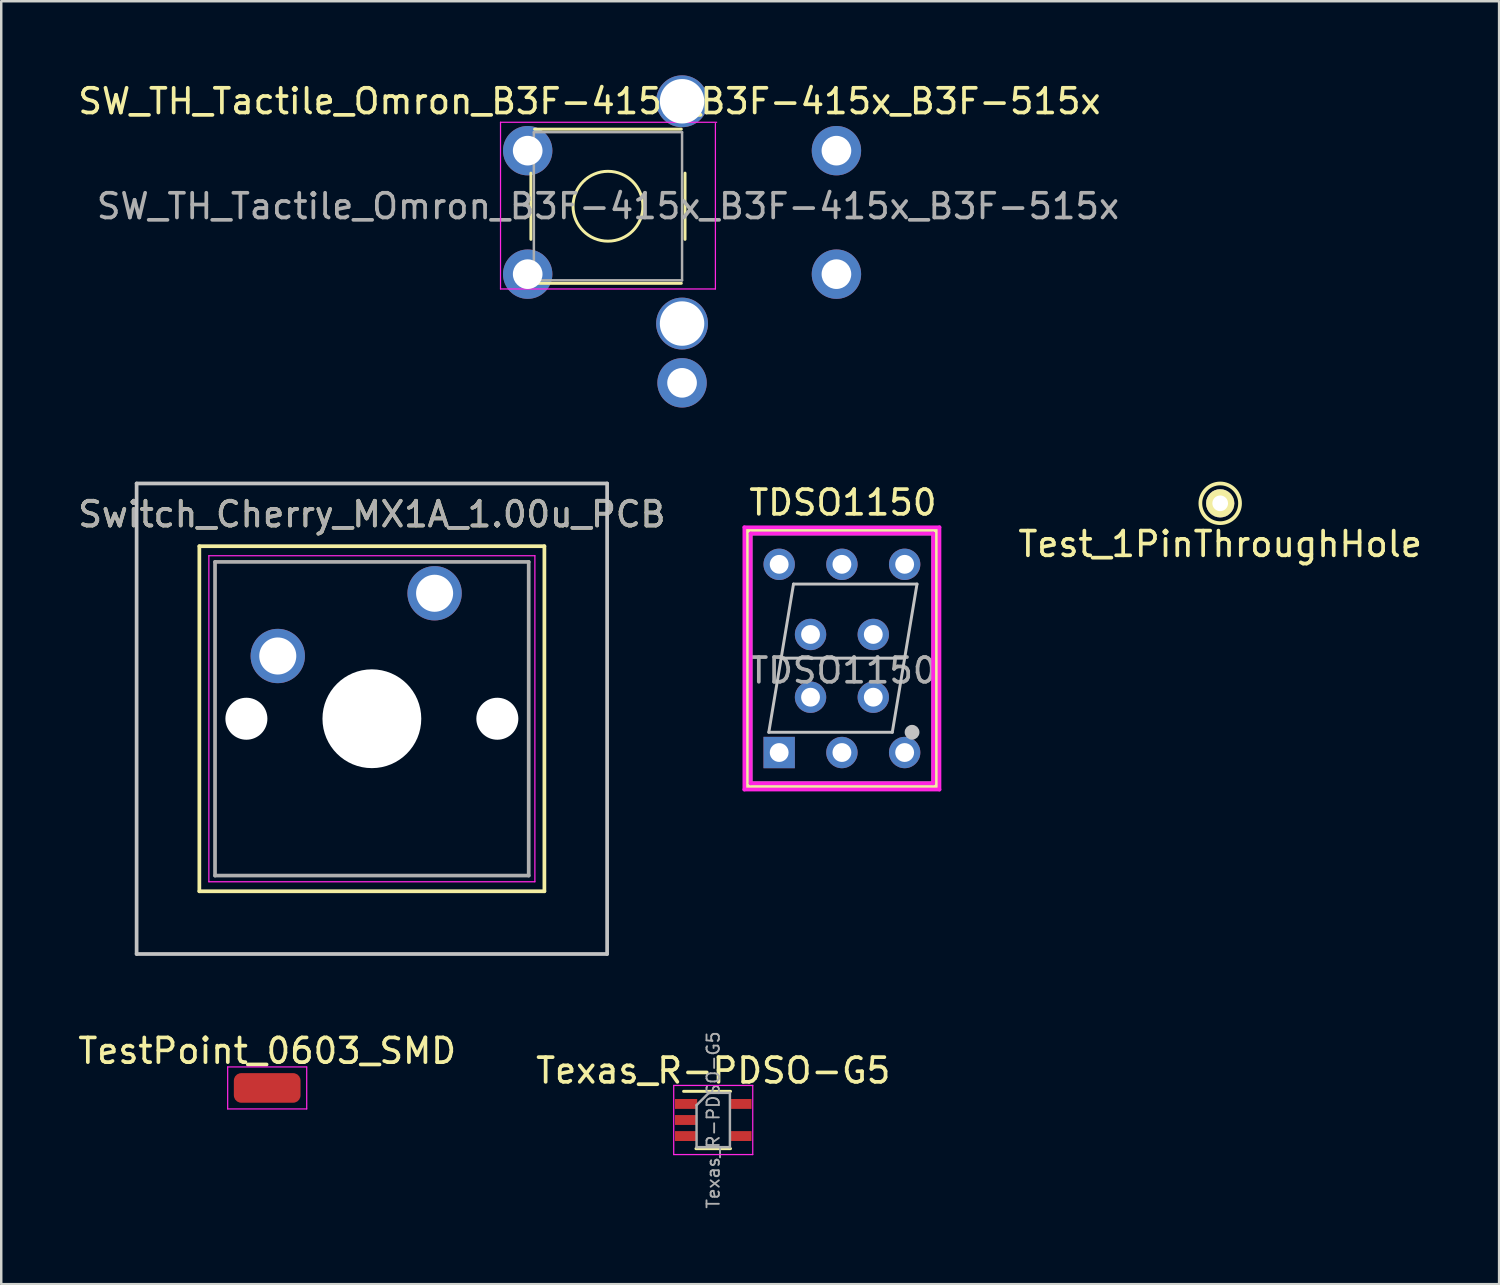
<source format=kicad_pcb>
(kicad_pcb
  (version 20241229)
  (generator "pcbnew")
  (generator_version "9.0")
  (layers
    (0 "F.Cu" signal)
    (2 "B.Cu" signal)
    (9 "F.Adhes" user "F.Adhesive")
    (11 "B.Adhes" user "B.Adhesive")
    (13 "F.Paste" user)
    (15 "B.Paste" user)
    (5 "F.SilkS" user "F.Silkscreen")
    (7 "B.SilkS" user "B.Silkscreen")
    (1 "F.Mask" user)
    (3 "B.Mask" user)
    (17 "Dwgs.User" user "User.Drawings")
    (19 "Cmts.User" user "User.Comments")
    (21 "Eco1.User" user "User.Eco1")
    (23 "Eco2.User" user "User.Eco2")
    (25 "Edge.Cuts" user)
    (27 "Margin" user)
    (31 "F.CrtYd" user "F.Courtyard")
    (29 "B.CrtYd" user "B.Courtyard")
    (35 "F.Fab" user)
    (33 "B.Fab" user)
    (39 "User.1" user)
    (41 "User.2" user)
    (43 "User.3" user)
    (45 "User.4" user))
  (footprint "SW_TH_Tactile_Omron_B3F-415x_B3F-415x_B3F-515x"
    (layer "F.Cu")
    (at 18.315 3.05)
    (property "Reference" "SW_TH_Tactile_Omron_B3F-415x_B3F-415x_B3F-515x" (at 2.5 -2 0) (layer "F.SilkS") (effects (font (size 1 1) (thickness 0.15))))
    (attr through_hole)
    (fp_line (start 0.13 3.59) (end 0.13 0.91) (stroke (width 0.12) (type solid)) (layer "F.SilkS"))
    (fp_line (start 0.28 -0.87) (end 6.22 -0.87) (stroke (width 0.12) (type solid)) (layer "F.SilkS"))
    (fp_line (start 0.28 5.37) (end 6.22 5.37) (stroke (width 0.12) (type solid)) (layer "F.SilkS"))
    (fp_line (start 6.37 0.91) (end 6.37 3.59) (stroke (width 0.12) (type solid)) (layer "F.SilkS"))
    (fp_circle (center 3.25 2.25) (end 4.25 3.25) (stroke (width 0.12) (type solid)) (fill no) (layer "F.SilkS"))
    (fp_line (start -1.1 -1.15) (end -1.1 5.6) (stroke (width 0.05) (type solid)) (layer "F.CrtYd"))
    (fp_line (start -1.1 5.6) (end 7.6 5.6) (stroke (width 0.05) (type solid)) (layer "F.CrtYd"))
    (fp_line (start 7.6 5.6) (end 7.6 -1.1) (stroke (width 0.05) (type solid)) (layer "F.CrtYd"))
    (fp_line (start 7.65 -1.15) (end -1.1 -1.15) (stroke (width 0.05) (type solid)) (layer "F.CrtYd"))
    (fp_line (start 0.25 -0.75) (end 0.25 5.25) (stroke (width 0.1) (type solid)) (layer "F.Fab"))
    (fp_line (start 0.25 -0.75) (end 6.25 -0.75) (stroke (width 0.1) (type solid)) (layer "F.Fab"))
    (fp_line (start 0.25 5.25) (end 6.25 5.25) (stroke (width 0.1) (type solid)) (layer "F.Fab"))
    (fp_line (start 6.25 -0.75) (end 6.25 5.25) (stroke (width 0.1) (type solid)) (layer "F.Fab"))
    (fp_text user "${REFERENCE}" (at 3.25 2.25 0) (layer "F.Fab") (effects (font (size 1 1) (thickness 0.15))))
    (pad "" np_thru_hole circle (at 6.25 -2) (size 2.1 2.1) (drill 1.8) (layers "*.Cu" "*.Mask"))
    (pad "" np_thru_hole circle (at 6.25 7) (size 2.1 2.1) (drill 1.8) (layers "*.Cu" "*.Mask"))
    (pad "1" thru_hole circle (at 0 0) (size 2 2) (drill 1.2) (layers "*.Cu" "*.Mask"))
    (pad "2" thru_hole circle (at 12.5 0) (size 2 2) (drill 1.2) (layers "*.Cu" "*.Mask"))
    (pad "3" thru_hole circle (at 0 5) (size 2 2) (drill 1.2) (layers "*.Cu" "*.Mask"))
    (pad "4" thru_hole circle (at 12.5 5) (size 2 2) (drill 1.2) (layers "*.Cu" "*.Mask"))
    (pad "5" thru_hole circle (at 6.25 9.4) (size 2 2) (drill 1.2) (layers "*.Cu" "*.Mask")))
  (footprint "TDSO1150"
    (layer "F.Cu")
    (at 33.577 19.798)
    (property "Reference" "TDSO1150" (at -2.5 -2.5 0) (layer "F.SilkS") (effects (font (size 1 1) (thickness 0.15))))
    (attr through_hole)
    (fp_line (start -6.363 -1.372) (end -6.363 8.992) (stroke (width 0.15) (type solid)) (layer "F.SilkS"))
    (fp_line (start -6.363 8.992) (end 1.283 8.992) (stroke (width 0.15) (type solid)) (layer "F.SilkS"))
    (fp_line (start 1.283 -1.372) (end -6.363 -1.372) (stroke (width 0.15) (type solid)) (layer "F.SilkS"))
    (fp_line (start 1.283 8.992) (end 1.283 -1.372) (stroke (width 0.15) (type solid)) (layer "F.SilkS"))
    (fp_line (start -5.5 6.8) (end -4.5 0.8) (stroke (width 0.12) (type solid)) (layer "Dwgs.User"))
    (fp_line (start -5 3.8) (end 0 3.8) (stroke (width 0.12) (type solid)) (layer "Dwgs.User"))
    (fp_line (start -4.5 0.8) (end 0.5 0.8) (stroke (width 0.12) (type solid)) (layer "Dwgs.User"))
    (fp_line (start -0.5 6.8) (end -5.5 6.8) (stroke (width 0.12) (type solid)) (layer "Dwgs.User"))
    (fp_line (start 0.5 0.8) (end -0.5 6.8) (stroke (width 0.12) (type solid)) (layer "Dwgs.User"))
    (fp_circle (center 0.3 6.8) (end 0.3 6.8) (stroke (width 0.3) (type solid)) (fill no) (layer "Dwgs.User"))
    (fp_line (start -6.49 -1.499) (end -6.49 9.119) (stroke (width 0.15) (type solid)) (layer "F.CrtYd"))
    (fp_line (start -6.49 9.119) (end 1.41 9.119) (stroke (width 0.15) (type solid)) (layer "F.CrtYd"))
    (fp_line (start -6.236 -1.245) (end 1.156 -1.245) (stroke (width 0.152) (type solid)) (layer "F.CrtYd"))
    (fp_line (start -6.236 8.865) (end -6.236 -1.245) (stroke (width 0.152) (type solid)) (layer "F.CrtYd"))
    (fp_line (start 1.156 -1.245) (end 1.156 8.865) (stroke (width 0.152) (type solid)) (layer "F.CrtYd"))
    (fp_line (start 1.156 8.865) (end -6.236 8.865) (stroke (width 0.152) (type solid)) (layer "F.CrtYd"))
    (fp_line (start 1.41 -1.499) (end -6.49 -1.499) (stroke (width 0.15) (type solid)) (layer "F.CrtYd"))
    (fp_line (start 1.41 9.119) (end 1.41 -1.499) (stroke (width 0.15) (type solid)) (layer "F.CrtYd"))
    (fp_line (start -6.236 -1.245) (end -6.236 8.865) (stroke (width 0.15) (type solid)) (layer "F.Fab"))
    (fp_line (start -6.236 8.865) (end 1.156 8.865) (stroke (width 0.15) (type solid)) (layer "F.Fab"))
    (fp_line (start 1.156 -1.245) (end -6.236 -1.245) (stroke (width 0.15) (type solid)) (layer "F.Fab"))
    (fp_line (start 1.156 8.865) (end 1.156 -1.245) (stroke (width 0.15) (type solid)) (layer "F.Fab"))
    (fp_text user "${REFERENCE}" (at -2.5 4.3 0) (layer "F.Fab") (effects (font (size 1 1) (thickness 0.15))))
    (pad "1" thru_hole rect (at -5.08 7.62) (size 1.27 1.27) (drill 0.762) (layers "*.Cu" "*.Mask"))
    (pad "2" thru_hole circle (at -3.81 5.38) (size 1.27 1.27) (drill 0.762) (layers "*.Cu" "*.Mask"))
    (pad "3" thru_hole circle (at -2.54 7.62) (size 1.27 1.27) (drill 0.762) (layers "*.Cu" "*.Mask"))
    (pad "4" thru_hole circle (at -1.27 5.38) (size 1.27 1.27) (drill 0.762) (layers "*.Cu" "*.Mask"))
    (pad "5" thru_hole circle (at 0 7.62) (size 1.27 1.27) (drill 0.762) (layers "*.Cu" "*.Mask"))
    (pad "6" thru_hole circle (at 0 0) (size 1.27 1.27) (drill 0.762) (layers "*.Cu" "*.Mask"))
    (pad "7" thru_hole circle (at -1.27 2.84) (size 1.27 1.27) (drill 0.762) (layers "*.Cu" "*.Mask"))
    (pad "8" thru_hole circle (at -2.54 0) (size 1.27 1.27) (drill 0.762) (layers "*.Cu" "*.Mask"))
    (pad "9" thru_hole circle (at -3.81 2.84) (size 1.27 1.27) (drill 0.762) (layers "*.Cu" "*.Mask"))
    (pad "10" thru_hole circle (at -5.08 0) (size 1.27 1.27) (drill 0.762) (layers "*.Cu" "*.Mask")))
  (footprint "TestPoint_0603_SMD"
    (layer "F.Cu")
    (at 7.768 40.998)
    (property "Reference" "TestPoint_0603_SMD" (at 0 -1.5 0) (layer "F.SilkS") (effects (font (size 1 1) (thickness 0.15))))
    (attr smd)
    (fp_line (start -1.6 -0.85) (end 1.6 -0.85) (stroke (width 0.05) (type solid)) (layer "F.CrtYd"))
    (fp_line (start -1.6 0.85) (end -1.6 -0.85) (stroke (width 0.05) (type solid)) (layer "F.CrtYd"))
    (fp_line (start 1.6 -0.85) (end 1.6 0.85) (stroke (width 0.05) (type solid)) (layer "F.CrtYd"))
    (fp_line (start 1.6 0.85) (end -1.6 0.85) (stroke (width 0.05) (type solid)) (layer "F.CrtYd"))
    (pad "1" smd roundrect (at 0 0) (size 2.7 1.2) (layers "F.Cu" "F.Mask" "F.Paste") (roundrect_rratio 0.25)))
  (footprint "Texas_R-PDSO-G5"
    (layer "F.Cu")
    (at 25.827 42.296)
    (property "Reference" "Texas_R-PDSO-G5" (at 0 -2 0) (layer "F.SilkS") (effects (font (size 1 1) (thickness 0.15))))
    (attr smd)
    (fp_line (start -0.7 1.16) (end 0.7 1.16) (stroke (width 0.12) (type solid)) (layer "F.SilkS"))
    (fp_line (start 0.7 -1.16) (end -1.2 -1.16) (stroke (width 0.12) (type solid)) (layer "F.SilkS"))
    (fp_line (start -1.6 -1.4) (end -1.6 1.4) (stroke (width 0.05) (type solid)) (layer "F.CrtYd"))
    (fp_line (start -1.6 -1.4) (end 1.6 -1.4) (stroke (width 0.05) (type solid)) (layer "F.CrtYd"))
    (fp_line (start -1.6 1.4) (end 1.6 1.4) (stroke (width 0.05) (type solid)) (layer "F.CrtYd"))
    (fp_line (start 1.6 1.4) (end 1.6 -1.4) (stroke (width 0.05) (type solid)) (layer "F.CrtYd"))
    (fp_line (start -0.675 -0.6) (end -0.675 1.1) (stroke (width 0.1) (type solid)) (layer "F.Fab"))
    (fp_line (start -0.175 -1.1) (end -0.675 -0.6) (stroke (width 0.1) (type solid)) (layer "F.Fab"))
    (fp_line (start 0.675 -1.1) (end -0.175 -1.1) (stroke (width 0.1) (type solid)) (layer "F.Fab"))
    (fp_line (start 0.675 -1.1) (end 0.675 1.1) (stroke (width 0.1) (type solid)) (layer "F.Fab"))
    (fp_line (start 0.675 1.1) (end -0.675 1.1) (stroke (width 0.1) (type solid)) (layer "F.Fab"))
    (fp_text user "${REFERENCE}" (at 0 0 90) (layer "F.Fab") (effects (font (size 0.5 0.5) (thickness 0.075))))
    (pad "1" smd rect (at -1.1 -0.65) (size 0.9 0.4) (layers "F.Cu" "F.Mask" "F.Paste"))
    (pad "2" smd rect (at -1.1 0) (size 0.9 0.4) (layers "F.Cu" "F.Mask" "F.Paste"))
    (pad "3" smd rect (at -1.1 0.65) (size 0.9 0.4) (layers "F.Cu" "F.Mask" "F.Paste"))
    (pad "4" smd rect (at 1.1 0.65) (size 0.9 0.4) (layers "F.Cu" "F.Mask" "F.Paste"))
    (pad "5" smd rect (at 1.1 -0.65) (size 0.9 0.4) (layers "F.Cu" "F.Mask" "F.Paste")))
  (footprint "Test_1PinThroughHole"
    (layer "F.Cu")
    (at 46.353 17.328)
    (property "Reference" "Test_1PinThroughHole" (at 0 1.65 0) (layer "F.SilkS") (effects (font (size 1 1) (thickness 0.15))))
    (attr through_hole)
    (fp_circle (center 0 0) (end -0.254 -0.762) (stroke (width 0.15) (type solid)) (fill no) (layer "F.SilkS"))
    (pad "1" thru_hole circle (at 0 0) (size 1.143 1.143) (drill 0.635) (layers "*.Cu" "*.Mask" "F.SilkS")))
  (footprint "Switch_Cherry_MX1A_1.00u_PCB"
    (layer "F.Cu")
    (at 14.546 20.97)
    (property "Reference" "Switch_Cherry_MX1A_1.00u_PCB" (at -2.54 -3.2 0) (layer "F.SilkS") (effects (font (size 1 1) (thickness 0.15))))
    (attr through_hole)
    (fp_line (start -9.525 -1.905) (end 4.445 -1.905) (stroke (width 0.15) (type solid)) (layer "F.SilkS"))
    (fp_line (start -9.525 12.065) (end -9.525 -1.905) (stroke (width 0.15) (type solid)) (layer "F.SilkS"))
    (fp_line (start 4.445 -1.905) (end 4.445 12.065) (stroke (width 0.15) (type solid)) (layer "F.SilkS"))
    (fp_line (start 4.445 12.065) (end -9.525 12.065) (stroke (width 0.15) (type solid)) (layer "F.SilkS"))
    (fp_line (start -12.065 -4.445) (end 6.985 -4.445) (stroke (width 0.15) (type solid)) (layer "Dwgs.User"))
    (fp_line (start -12.065 14.605) (end -12.065 -4.445) (stroke (width 0.15) (type solid)) (layer "Dwgs.User"))
    (fp_line (start 6.985 -4.445) (end 6.985 14.605) (stroke (width 0.15) (type solid)) (layer "Dwgs.User"))
    (fp_line (start 6.985 14.605) (end -12.065 14.605) (stroke (width 0.15) (type solid)) (layer "Dwgs.User"))
    (fp_line (start -9.14 -1.52) (end 4.06 -1.52) (stroke (width 0.05) (type solid)) (layer "F.CrtYd"))
    (fp_line (start -9.14 11.68) (end -9.14 -1.52) (stroke (width 0.05) (type solid)) (layer "F.CrtYd"))
    (fp_line (start 4.06 -1.52) (end 4.06 11.68) (stroke (width 0.05) (type solid)) (layer "F.CrtYd"))
    (fp_line (start 4.06 11.68) (end -9.14 11.68) (stroke (width 0.05) (type solid)) (layer "F.CrtYd"))
    (fp_line (start -8.89 -1.27) (end 3.81 -1.27) (stroke (width 0.15) (type solid)) (layer "F.Fab"))
    (fp_line (start -8.89 11.43) (end -8.89 -1.27) (stroke (width 0.15) (type solid)) (layer "F.Fab"))
    (fp_line (start 3.81 -1.27) (end 3.81 11.43) (stroke (width 0.15) (type solid)) (layer "F.Fab"))
    (fp_line (start 3.81 11.43) (end -8.89 11.43) (stroke (width 0.15) (type solid)) (layer "F.Fab"))
    (fp_text user "${REFERENCE}" (at -2.54 -3.2 0) (layer "F.Fab") (effects (font (size 1 1) (thickness 0.15))))
    (pad "" np_thru_hole circle (at -7.62 5.08) (size 1.7 1.7) (drill 1.7) (layers "*.Cu" "*.Mask"))
    (pad "" np_thru_hole circle (at -2.54 5.08) (size 4 4) (drill 4) (layers "*.Cu" "*.Mask"))
    (pad "" np_thru_hole circle (at 2.54 5.08) (size 1.7 1.7) (drill 1.7) (layers "*.Cu" "*.Mask"))
    (pad "1" thru_hole circle (at 0 0) (size 2.2 2.2) (drill 1.5) (layers "*.Cu" "*.Mask"))
    (pad "2" thru_hole circle (at -6.35 2.54) (size 2.2 2.2) (drill 1.5) (layers "*.Cu" "*.Mask")))
  (gr_rect
    (start -3 -3)
    (end 57.645 48.942)
    (stroke (width 0.1) (type default))
    (fill no)
    (layer "Edge.Cuts")))
</source>
